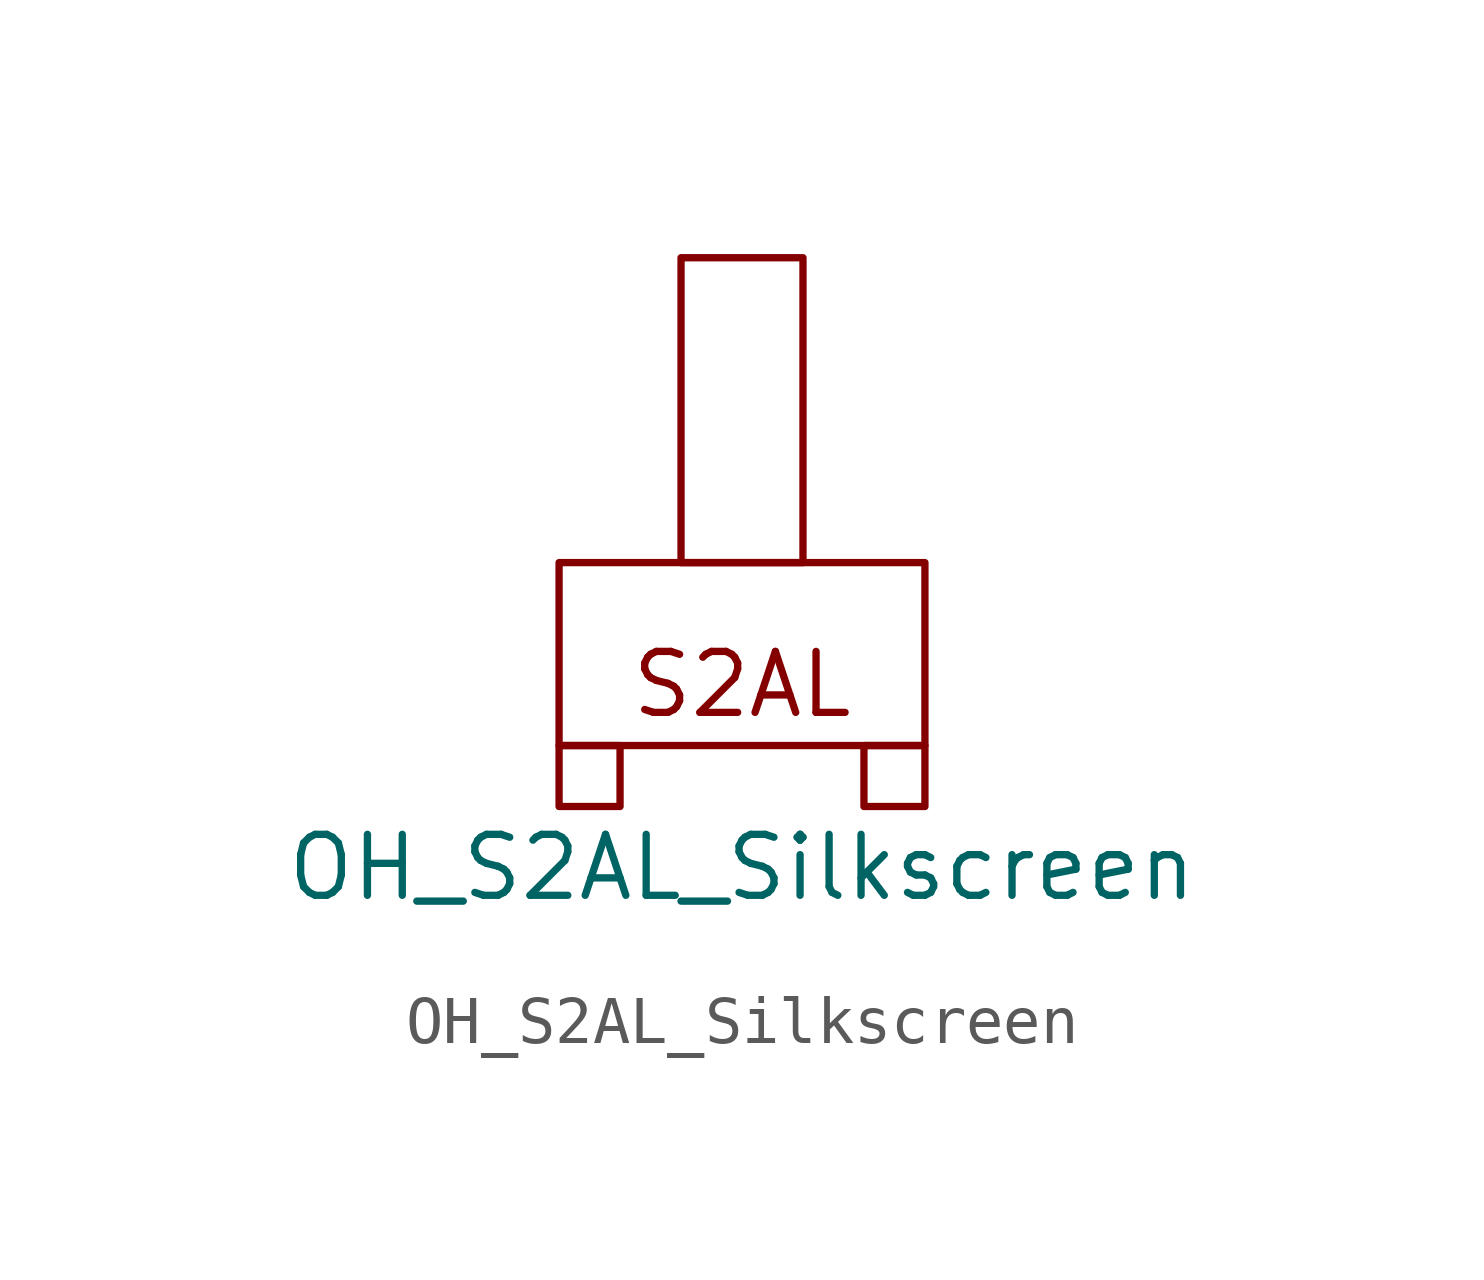
<source format=kicad_sym>
(kicad_symbol_lib
  (version 20231120)
  (generator "kicad_symbol_editor")
  (generator_version "8.0")
  (symbol "OH_S2AL_Silkscreen"
    (pin_numbers hide)
    (pin_names
      (offset 0) hide)
    (property "Reference" "LOGO"
      (at 0 -6.35 0)
      (effects (font (size 1.27 1.27)) (hide yes)))
    (property "Value" "OH_S2AL_Silkscreen"
      (at 0 -3.81 0)
      (effects (font (size 1.27 1.27))))
    (symbol "OH_S2AL_Silkscreen_0_0"
      (rectangle (start -3.81 -1.27) (end -2.54 -2.54) (stroke (width 0) (type default)) (fill (type none)))
      (rectangle (start -3.81 2.54) (end 3.81 -1.27) (stroke (width 0) (type default)) (fill (type none)))
      (rectangle (start 1.27 2.54) (end -1.27 8.89) (stroke (width 0) (type default)) (fill (type none)))
      (rectangle (start 3.81 -1.27) (end 2.54 -2.54) (stroke (width 0) (type default)) (fill (type none)))
      (text "S2AL" (at 0 0 0) (effects (font (size 1.27 1.27)))))))
</source>
